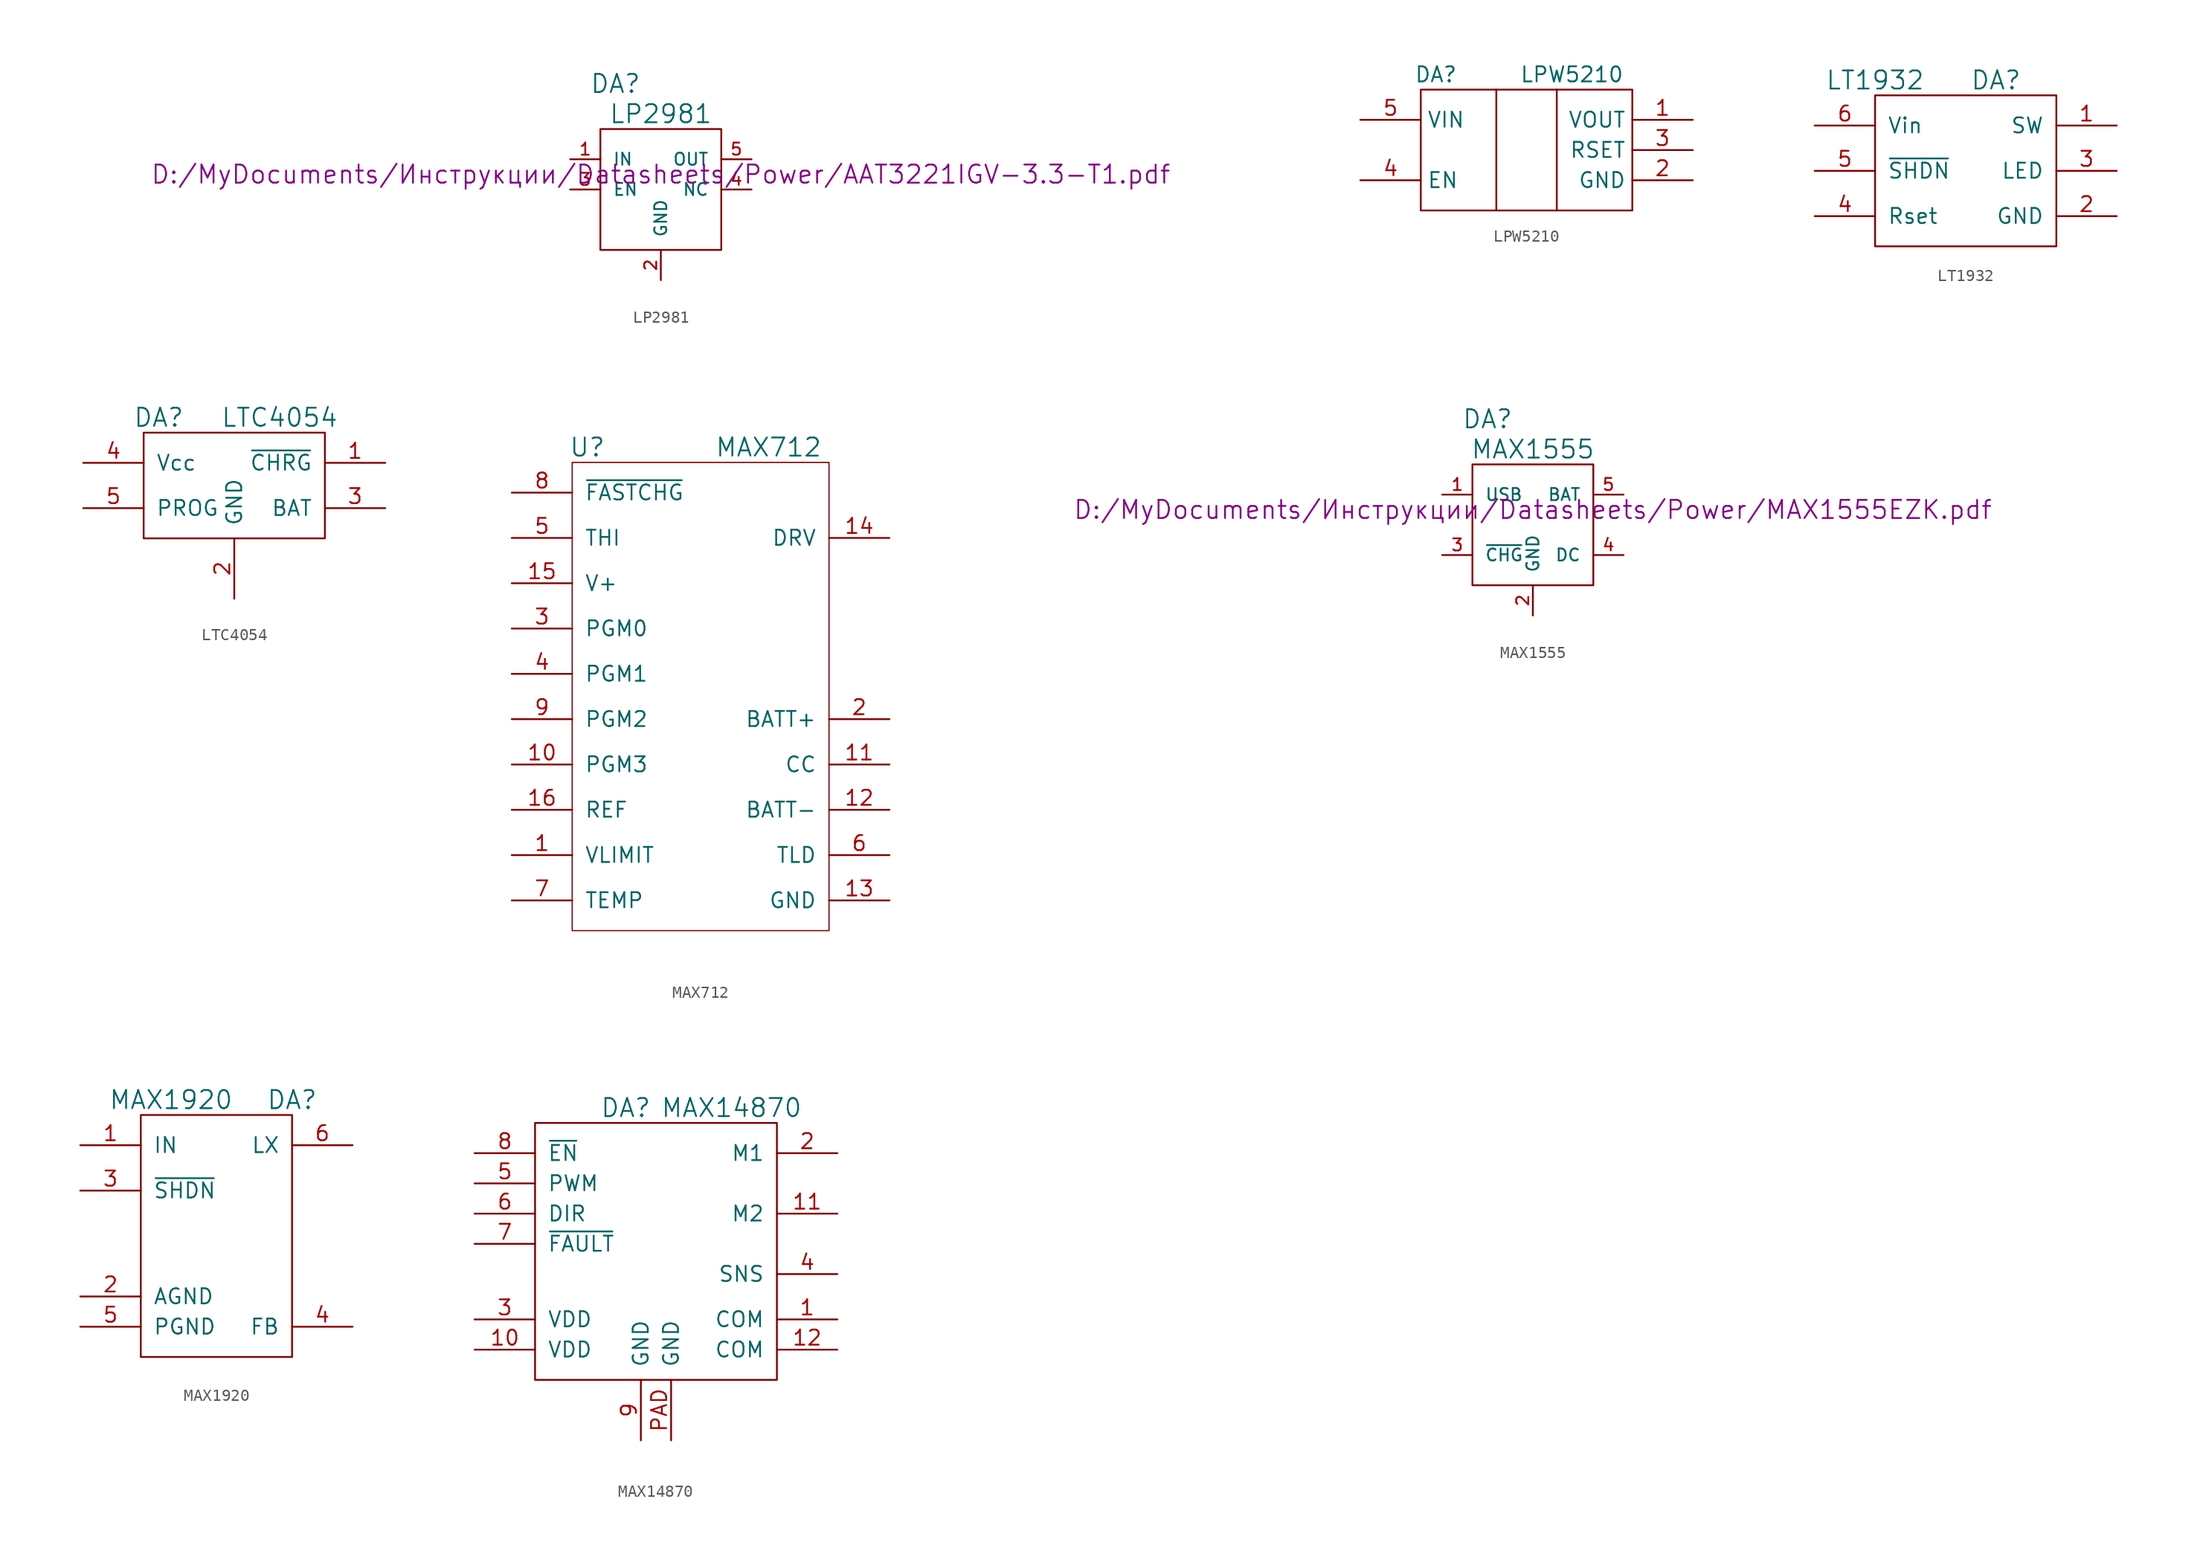
<source format=kicad_sym>
(kicad_symbol_lib
  (version 20231120)
  (generator "kicad_symbol_editor")
  (generator_version "8.0")
  (symbol "LP2981"
    (pin_names
      (offset 1.016))
    (property "Reference" "DA"
      (at -3.81 7.62 0)
      (effects (font (size 1.524 1.524))))
    (property "Value" "LP2981"
      (at 0 5.08 0)
      (effects (font (size 1.524 1.524))))
    (property "Footprint" ""
      (at 0 0 0)
      (effects (font (size 1.524 1.524))))
    (property "Datasheet" "D:/MyDocuments/Инструкции/Datasheets/Power/AAT3221IGV-3.3-T1.pdf"
      (at 0 0 0)
      (effects (font (size 1.524 1.524))))
    (symbol "LP2981_0_1"
      (rectangle (start -5.08 3.81) (end 5.08 -6.35) (stroke (width 0) (type default)) (fill (type none))))
    (symbol "LP2981_1_1"
      (pin passive line (at -7.62 1.27 0) (length 2.54) (name "IN" (effects (font (size 1.016 1.016)))) (number "1" (effects (font (size 1.016 1.016)))))
      (pin power_in line (at 0 -8.89 90) (length 2.54) (name "GND" (effects (font (size 1.016 1.016)))) (number "2" (effects (font (size 1.016 1.016)))))
      (pin passive line (at -7.62 -1.27 0) (length 2.54) (name "EN" (effects (font (size 1.016 1.016)))) (number "3" (effects (font (size 1.016 1.016)))))
      (pin power_out line (at 7.62 -1.27 180) (length 2.54) (name "NC" (effects (font (size 1.016 1.016)))) (number "4" (effects (font (size 1.016 1.016)))))
      (pin power_out line (at 7.62 1.27 180) (length 2.54) (name "OUT" (effects (font (size 1.016 1.016)))) (number "5" (effects (font (size 1.016 1.016)))))))
  (symbol "LPW5210"
    (property "Reference" "DA"
      (at -7.62 6.35 0)
      (effects (font (size 1.27 1.27))))
    (property "Value" "LPW5210"
      (at 3.81 6.35 0)
      (effects (font (size 1.27 1.27))))
    (symbol "LPW5210_0_1"
      (rectangle (start -8.89 5.08) (end 8.89 -5.08) (stroke (width 0) (type default)) (fill (type none)))
      (polyline (pts (xy -2.54 5.08) (xy -2.54 -5.08)) (stroke (width 0) (type default)) (fill (type none)))
      (polyline (pts (xy 2.54 5.08) (xy 2.54 -5.08)) (stroke (width 0) (type default)) (fill (type none))))
    (symbol "LPW5210_1_1"
      (pin passive line (at 13.97 2.54 180) (length 5.08) (name "VOUT" (effects (font (size 1.27 1.27)))) (number "1" (effects (font (size 1.27 1.27)))))
      (pin passive line (at 13.97 -2.54 180) (length 5.08) (name "GND" (effects (font (size 1.27 1.27)))) (number "2" (effects (font (size 1.27 1.27)))))
      (pin passive line (at 13.97 0 180) (length 5.08) (name "RSET" (effects (font (size 1.27 1.27)))) (number "3" (effects (font (size 1.27 1.27)))))
      (pin passive line (at -13.97 -2.54 0) (length 5.08) (name "EN" (effects (font (size 1.27 1.27)))) (number "4" (effects (font (size 1.27 1.27)))))
      (pin passive line (at -13.97 2.54 0) (length 5.08) (name "VIN" (effects (font (size 1.27 1.27)))) (number "5" (effects (font (size 1.27 1.27)))))))
  (symbol "LT1932"
    (pin_names
      (offset 1.016))
    (property "Reference" "DA"
      (at 2.54 7.62 0)
      (effects (font (size 1.524 1.524))))
    (property "Value" "LT1932"
      (at -7.62 7.62 0)
      (effects (font (size 1.524 1.524))))
    (property "Footprint" ""
      (at 0 0 0)
      (effects (font (size 1.524 1.524))))
    (property "Datasheet" ""
      (at 0 0 0)
      (effects (font (size 1.524 1.524))))
    (symbol "LT1932_0_1"
      (rectangle (start -7.62 6.35) (end 7.62 -6.35) (stroke (width 0) (type default)) (fill (type none))))
    (symbol "LT1932_1_1"
      (pin passive line (at 12.7 3.81 180) (length 5.08) (name "SW" (effects (font (size 1.27 1.27)))) (number "1" (effects (font (size 1.27 1.27)))))
      (pin power_in line (at 12.7 -3.81 180) (length 5.08) (name "GND" (effects (font (size 1.27 1.27)))) (number "2" (effects (font (size 1.27 1.27)))))
      (pin passive line (at 12.7 0 180) (length 5.08) (name "LED" (effects (font (size 1.27 1.27)))) (number "3" (effects (font (size 1.27 1.27)))))
      (pin passive line (at -12.7 -3.81 0) (length 5.08) (name "Rset" (effects (font (size 1.27 1.27)))) (number "4" (effects (font (size 1.27 1.27)))))
      (pin passive line (at -12.7 0 0) (length 5.08) (name "~{SHDN}" (effects (font (size 1.27 1.27)))) (number "5" (effects (font (size 1.27 1.27)))))
      (pin power_in line (at -12.7 3.81 0) (length 5.08) (name "Vin" (effects (font (size 1.27 1.27)))) (number "6" (effects (font (size 1.27 1.27)))))))
  (symbol "LTC4054"
    (pin_names
      (offset 1.016))
    (property "Reference" "DA"
      (at -6.35 7.62 0)
      (effects (font (size 1.524 1.524))))
    (property "Value" "LTC4054"
      (at 3.81 7.62 0)
      (effects (font (size 1.524 1.524))))
    (property "Footprint" ""
      (at 0 0 0)
      (effects (font (size 1.524 1.524))))
    (property "Datasheet" ""
      (at 0 0 0)
      (effects (font (size 1.524 1.524))))
    (symbol "LTC4054_0_1"
      (rectangle (start 7.62 6.35) (end -7.62 -2.54) (stroke (width 0) (type default)) (fill (type none))))
    (symbol "LTC4054_1_1"
      (pin passive line (at 12.7 3.81 180) (length 5.08) (name "~{CHRG}" (effects (font (size 1.27 1.27)))) (number "1" (effects (font (size 1.27 1.27)))))
      (pin power_in line (at 0 -7.62 90) (length 5.08) (name "GND" (effects (font (size 1.27 1.27)))) (number "2" (effects (font (size 1.27 1.27)))))
      (pin passive line (at 12.7 0 180) (length 5.08) (name "BAT" (effects (font (size 1.27 1.27)))) (number "3" (effects (font (size 1.27 1.27)))))
      (pin power_in line (at -12.7 3.81 0) (length 5.08) (name "Vcc" (effects (font (size 1.27 1.27)))) (number "4" (effects (font (size 1.27 1.27)))))
      (pin passive line (at -12.7 0 0) (length 5.08) (name "PROG" (effects (font (size 1.27 1.27)))) (number "5" (effects (font (size 1.27 1.27)))))))
  (symbol "MAX712"
    (pin_names
      (offset 1.016))
    (property "Reference" "U"
      (at -10.16 22.86 0)
      (effects (font (size 1.524 1.524))))
    (property "Value" "MAX712"
      (at 5.08 22.86 0)
      (effects (font (size 1.524 1.524))))
    (property "Footprint" ""
      (at 0 0 0)
      (effects (font (size 1.524 1.524))))
    (property "Datasheet" ""
      (at 0 0 0)
      (effects (font (size 1.524 1.524))))
    (symbol "MAX712_0_1"
      (rectangle (start -11.43 21.59) (end 10.16 -17.78) (stroke (width 0.102) (type default)) (fill (type none))))
    (symbol "MAX712_1_1"
      (pin passive line (at -16.51 -11.43 0) (length 5.08) (name "VLIMIT" (effects (font (size 1.27 1.27)))) (number "1" (effects (font (size 1.27 1.27)))))
      (pin passive line (at -16.51 -3.81 0) (length 5.08) (name "PGM3" (effects (font (size 1.27 1.27)))) (number "10" (effects (font (size 1.27 1.27)))))
      (pin passive line (at 15.24 -3.81 180) (length 5.08) (name "CC" (effects (font (size 1.27 1.27)))) (number "11" (effects (font (size 1.27 1.27)))))
      (pin passive line (at 15.24 -7.62 180) (length 5.08) (name "BATT-" (effects (font (size 1.27 1.27)))) (number "12" (effects (font (size 1.27 1.27)))))
      (pin passive line (at 15.24 -15.24 180) (length 5.08) (name "GND" (effects (font (size 1.27 1.27)))) (number "13" (effects (font (size 1.27 1.27)))))
      (pin passive line (at 15.24 15.24 180) (length 5.08) (name "DRV" (effects (font (size 1.27 1.27)))) (number "14" (effects (font (size 1.27 1.27)))))
      (pin passive line (at -16.51 11.43 0) (length 5.08) (name "V+" (effects (font (size 1.27 1.27)))) (number "15" (effects (font (size 1.27 1.27)))))
      (pin passive line (at -16.51 -7.62 0) (length 5.08) (name "REF" (effects (font (size 1.27 1.27)))) (number "16" (effects (font (size 1.27 1.27)))))
      (pin passive line (at 15.24 0 180) (length 5.08) (name "BATT+" (effects (font (size 1.27 1.27)))) (number "2" (effects (font (size 1.27 1.27)))))
      (pin passive line (at -16.51 7.62 0) (length 5.08) (name "PGM0" (effects (font (size 1.27 1.27)))) (number "3" (effects (font (size 1.27 1.27)))))
      (pin passive line (at -16.51 3.81 0) (length 5.08) (name "PGM1" (effects (font (size 1.27 1.27)))) (number "4" (effects (font (size 1.27 1.27)))))
      (pin passive line (at -16.51 15.24 0) (length 5.08) (name "THI" (effects (font (size 1.27 1.27)))) (number "5" (effects (font (size 1.27 1.27)))))
      (pin passive line (at 15.24 -11.43 180) (length 5.08) (name "TLD" (effects (font (size 1.27 1.27)))) (number "6" (effects (font (size 1.27 1.27)))))
      (pin passive line (at -16.51 -15.24 0) (length 5.08) (name "TEMP" (effects (font (size 1.27 1.27)))) (number "7" (effects (font (size 1.27 1.27)))))
      (pin passive line (at -16.51 19.05 0) (length 5.08) (name "~{FASTCHG}" (effects (font (size 1.27 1.27)))) (number "8" (effects (font (size 1.27 1.27)))))
      (pin passive line (at -16.51 0 0) (length 5.08) (name "PGM2" (effects (font (size 1.27 1.27)))) (number "9" (effects (font (size 1.27 1.27)))))))
  (symbol "MAX1555"
    (pin_names
      (offset 1.016))
    (property "Reference" "DA"
      (at -3.81 7.62 0)
      (effects (font (size 1.524 1.524))))
    (property "Value" "MAX1555"
      (at 0 5.08 0)
      (effects (font (size 1.524 1.524))))
    (property "Footprint" ""
      (at 0 0 0)
      (effects (font (size 1.524 1.524))))
    (property "Datasheet" "D:/MyDocuments/Инструкции/Datasheets/Power/MAX1555EZK.pdf"
      (at 0 0 0)
      (effects (font (size 1.524 1.524))))
    (symbol "MAX1555_0_1"
      (rectangle (start -5.08 3.81) (end 5.08 -6.35) (stroke (width 0) (type default)) (fill (type none))))
    (symbol "MAX1555_1_1"
      (pin power_in line (at -7.62 1.27 0) (length 2.54) (name "USB" (effects (font (size 1.016 1.016)))) (number "1" (effects (font (size 1.016 1.016)))))
      (pin power_in line (at 0 -8.89 90) (length 2.54) (name "GND" (effects (font (size 1.016 1.016)))) (number "2" (effects (font (size 1.016 1.016)))))
      (pin passive line (at -7.62 -3.81 0) (length 2.54) (name "~{CHG}" (effects (font (size 1.016 1.016)))) (number "3" (effects (font (size 1.016 1.016)))))
      (pin power_in line (at 7.62 -3.81 180) (length 2.54) (name "DC" (effects (font (size 1.016 1.016)))) (number "4" (effects (font (size 1.016 1.016)))))
      (pin power_in line (at 7.62 1.27 180) (length 2.54) (name "BAT" (effects (font (size 1.016 1.016)))) (number "5" (effects (font (size 1.016 1.016)))))))
  (symbol "MAX1920"
    (pin_names
      (offset 1.016))
    (property "Reference" "DA"
      (at 6.35 10.16 0)
      (effects (font (size 1.524 1.524))))
    (property "Value" "MAX1920"
      (at -3.81 10.16 0)
      (effects (font (size 1.524 1.524))))
    (property "Footprint" ""
      (at 0 0 0)
      (effects (font (size 1.524 1.524))))
    (property "Datasheet" ""
      (at 0 0 0)
      (effects (font (size 1.524 1.524))))
    (symbol "MAX1920_0_1"
      (rectangle (start -6.35 8.89) (end 6.35 -11.43) (stroke (width 0) (type default)) (fill (type none))))
    (symbol "MAX1920_1_1"
      (pin power_in line (at -11.43 6.35 0) (length 5.08) (name "IN" (effects (font (size 1.27 1.27)))) (number "1" (effects (font (size 1.27 1.27)))))
      (pin power_in line (at -11.43 -6.35 0) (length 5.08) (name "AGND" (effects (font (size 1.27 1.27)))) (number "2" (effects (font (size 1.27 1.27)))))
      (pin passive line (at -11.43 2.54 0) (length 5.08) (name "~{SHDN}" (effects (font (size 1.27 1.27)))) (number "3" (effects (font (size 1.27 1.27)))))
      (pin passive line (at 11.43 -8.89 180) (length 5.08) (name "FB" (effects (font (size 1.27 1.27)))) (number "4" (effects (font (size 1.27 1.27)))))
      (pin power_in line (at -11.43 -8.89 0) (length 5.08) (name "PGND" (effects (font (size 1.27 1.27)))) (number "5" (effects (font (size 1.27 1.27)))))
      (pin power_out line (at 11.43 6.35 180) (length 5.08) (name "LX" (effects (font (size 1.27 1.27)))) (number "6" (effects (font (size 1.27 1.27)))))))
  (symbol "MAX14870"
    (pin_names
      (offset 1.016))
    (property "Reference" "DA"
      (at -2.54 12.7 0)
      (effects (font (size 1.524 1.524))))
    (property "Value" "MAX14870"
      (at 6.35 12.7 0)
      (effects (font (size 1.524 1.524))))
    (property "Datasheet" ""
      (at -2.54 12.7 0)
      (effects (font (size 1.524 1.524))))
    (symbol "MAX14870_0_1"
      (rectangle (start -10.16 11.43) (end 10.16 -10.16) (stroke (width 0) (type default)) (fill (type none))))
    (symbol "MAX14870_1_1"
      (pin passive line (at 15.24 -5.08 180) (length 5.08) (name "COM" (effects (font (size 1.27 1.27)))) (number "1" (effects (font (size 1.27 1.27)))))
      (pin power_in line (at -15.24 -7.62 0) (length 5.08) (name "VDD" (effects (font (size 1.27 1.27)))) (number "10" (effects (font (size 1.27 1.27)))))
      (pin passive line (at 15.24 3.81 180) (length 5.08) (name "M2" (effects (font (size 1.27 1.27)))) (number "11" (effects (font (size 1.27 1.27)))))
      (pin passive line (at 15.24 -7.62 180) (length 5.08) (name "COM" (effects (font (size 1.27 1.27)))) (number "12" (effects (font (size 1.27 1.27)))))
      (pin passive line (at 15.24 8.89 180) (length 5.08) (name "M1" (effects (font (size 1.27 1.27)))) (number "2" (effects (font (size 1.27 1.27)))))
      (pin power_in line (at -15.24 -5.08 0) (length 5.08) (name "VDD" (effects (font (size 1.27 1.27)))) (number "3" (effects (font (size 1.27 1.27)))))
      (pin passive line (at 15.24 -1.27 180) (length 5.08) (name "SNS" (effects (font (size 1.27 1.27)))) (number "4" (effects (font (size 1.27 1.27)))))
      (pin passive line (at -15.24 6.35 0) (length 5.08) (name "PWM" (effects (font (size 1.27 1.27)))) (number "5" (effects (font (size 1.27 1.27)))))
      (pin passive line (at -15.24 3.81 0) (length 5.08) (name "DIR" (effects (font (size 1.27 1.27)))) (number "6" (effects (font (size 1.27 1.27)))))
      (pin passive line (at -15.24 1.27 0) (length 5.08) (name "~{FAULT}" (effects (font (size 1.27 1.27)))) (number "7" (effects (font (size 1.27 1.27)))))
      (pin passive line (at -15.24 8.89 0) (length 5.08) (name "~{EN}" (effects (font (size 1.27 1.27)))) (number "8" (effects (font (size 1.27 1.27)))))
      (pin power_in line (at -1.27 -15.24 90) (length 5.08) (name "GND" (effects (font (size 1.27 1.27)))) (number "9" (effects (font (size 1.27 1.27)))))
      (pin power_in line (at 1.27 -15.24 90) (length 5.08) (name "GND" (effects (font (size 1.27 1.27)))) (number "PAD" (effects (font (size 1.27 1.27))))))))
</source>
